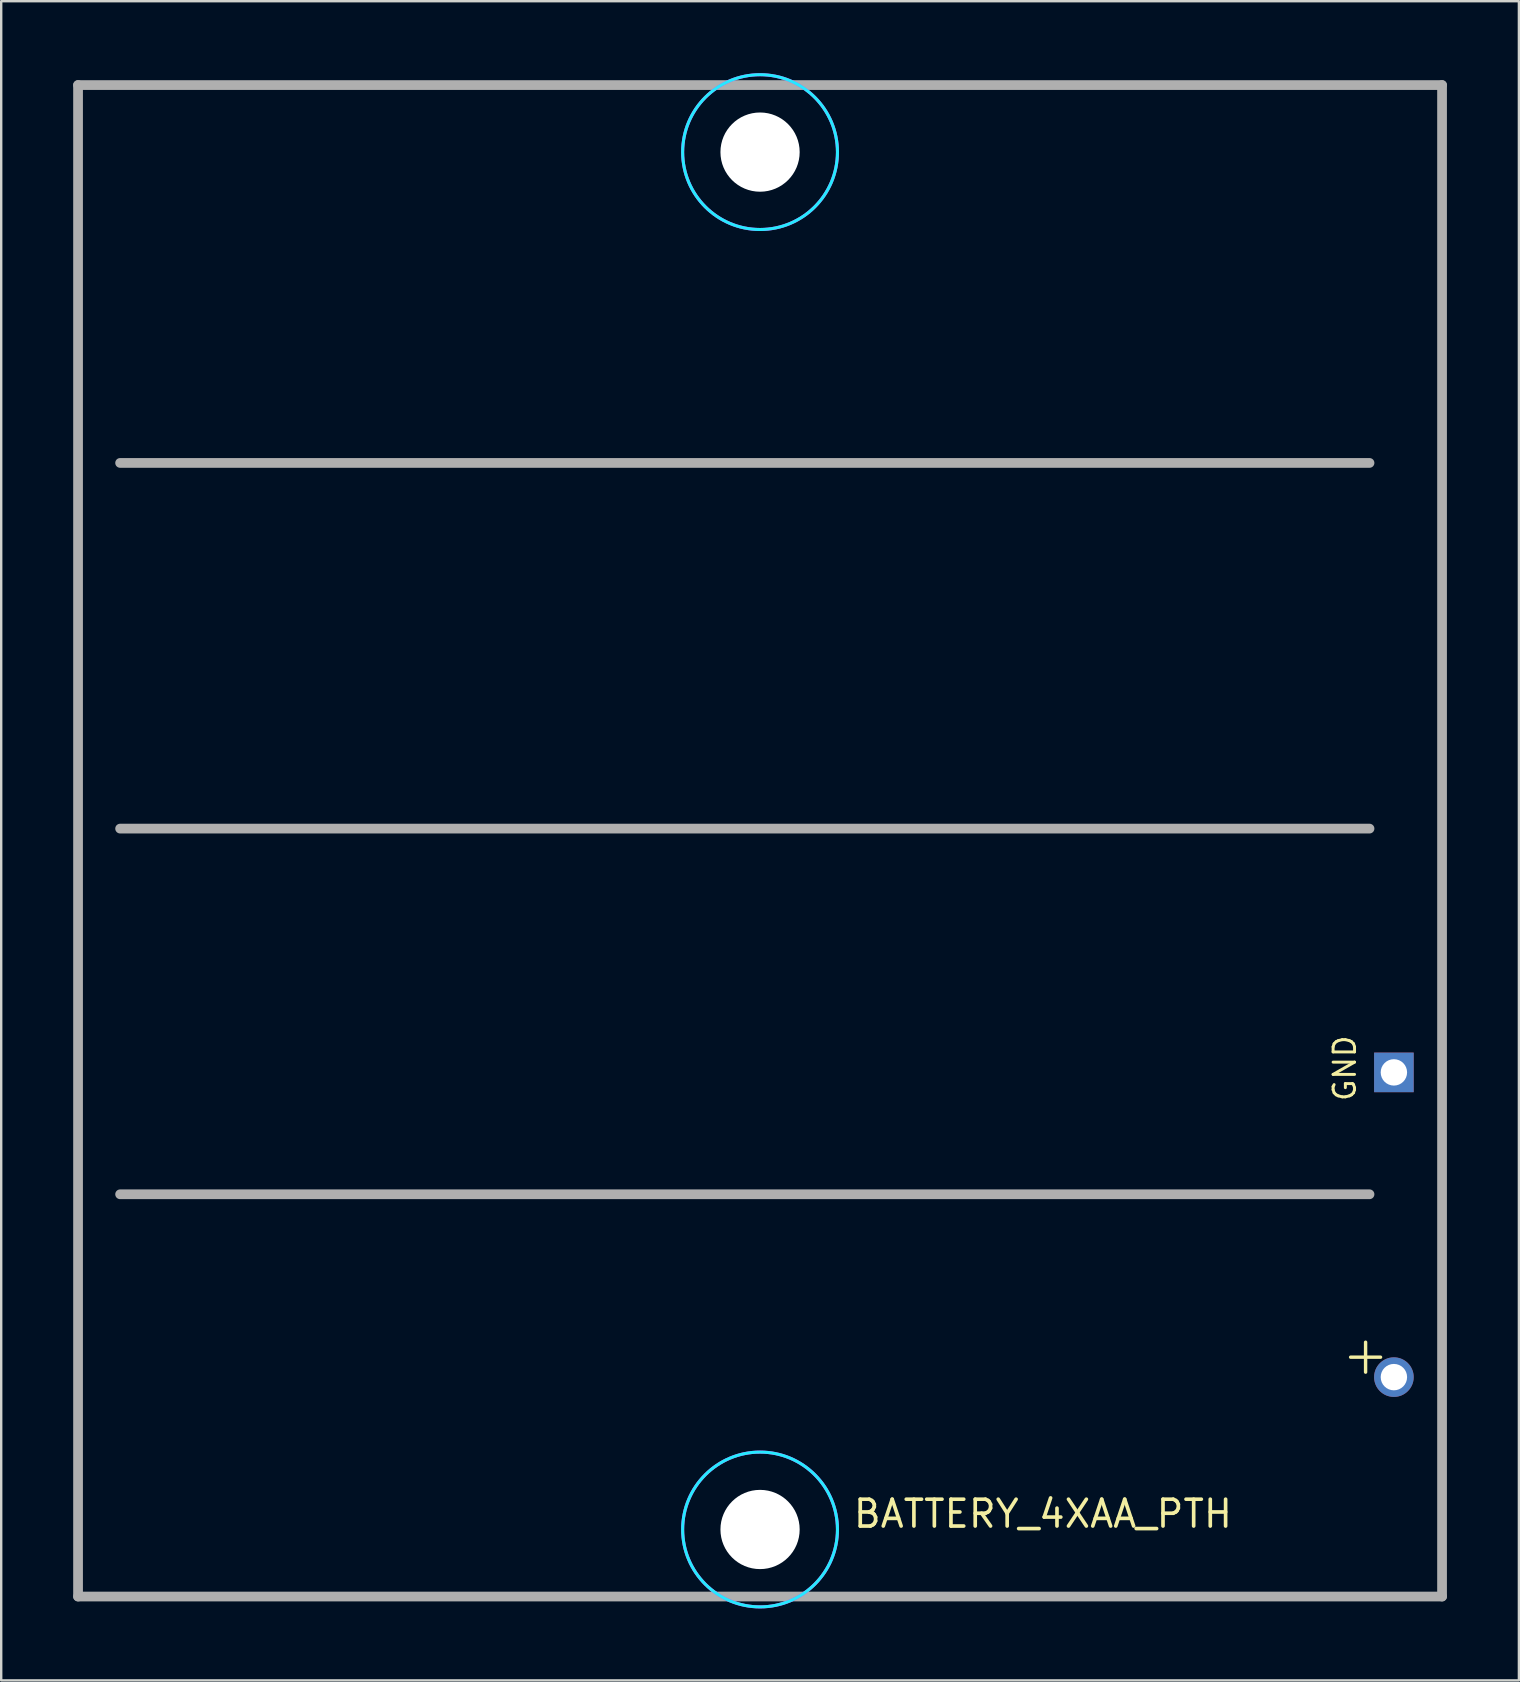
<source format=kicad_pcb>
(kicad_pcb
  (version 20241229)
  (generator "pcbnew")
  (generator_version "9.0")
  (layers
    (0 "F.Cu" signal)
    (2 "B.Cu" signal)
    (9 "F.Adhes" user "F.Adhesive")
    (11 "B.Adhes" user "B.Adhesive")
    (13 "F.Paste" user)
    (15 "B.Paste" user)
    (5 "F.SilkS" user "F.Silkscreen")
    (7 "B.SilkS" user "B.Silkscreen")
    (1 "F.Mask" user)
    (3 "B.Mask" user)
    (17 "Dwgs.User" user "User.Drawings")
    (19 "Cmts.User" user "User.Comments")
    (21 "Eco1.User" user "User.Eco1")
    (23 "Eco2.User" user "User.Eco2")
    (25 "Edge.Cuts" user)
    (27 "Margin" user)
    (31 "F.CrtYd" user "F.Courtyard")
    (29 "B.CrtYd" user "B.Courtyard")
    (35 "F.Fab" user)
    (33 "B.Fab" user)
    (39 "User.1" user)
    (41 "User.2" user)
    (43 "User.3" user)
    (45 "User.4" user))
  (footprint "BATTERY_4XAA_PTH"
    (layer "F.Cu")
    (at 28.626 60.693)
    (property "Reference" "BATTERY_4XAA_PTH" (at 3.81 0 0) (layer "F.SilkS") (effects (font (size 1.118 1.118) (thickness 0.152)) (justify left bottom)))
    (fp_circle (center 0 -57.404) (end 3.226 -57.404) (stroke (width 0.127) (type solid)) (fill no) (layer "B.CrtYd"))
    (fp_circle (center 0 0) (end 3.226 0) (stroke (width 0.127) (type solid)) (fill no) (layer "B.CrtYd"))
    (fp_circle (center 0 -57.404) (end 3.226 -57.404) (stroke (width 0.127) (type solid)) (fill no) (layer "F.CrtYd"))
    (fp_circle (center 0 0) (end 3.226 0) (stroke (width 0.127) (type solid)) (fill no) (layer "F.CrtYd"))
    (fp_line (start -28.423 -60.198) (end -28.423 2.794) (stroke (width 0.406) (type solid)) (layer "F.Fab"))
    (fp_line (start -28.423 2.794) (end 28.423 2.794) (stroke (width 0.406) (type solid)) (layer "F.Fab"))
    (fp_line (start -26.67 -44.45) (end 25.4 -44.45) (stroke (width 0.406) (type solid)) (layer "F.Fab"))
    (fp_line (start -26.67 -29.21) (end 25.4 -29.21) (stroke (width 0.406) (type solid)) (layer "F.Fab"))
    (fp_line (start -26.67 -13.97) (end 25.4 -13.97) (stroke (width 0.406) (type solid)) (layer "F.Fab"))
    (fp_line (start 28.423 -60.198) (end -28.423 -60.198) (stroke (width 0.406) (type solid)) (layer "F.Fab"))
    (fp_line (start 28.423 2.794) (end 28.423 -60.198) (stroke (width 0.406) (type solid)) (layer "F.Fab"))
    (fp_text user "GND" (at 24.892 -17.78 90) (layer "F.SilkS") (effects (font (size 0.894 0.894) (thickness 0.122)) (justify left bottom)))
    (fp_text user "+" (at 24.13 -6.35 0) (layer "F.SilkS") (effects (font (size 1.636 1.636) (thickness 0.142)) (justify left bottom)))
    (pad "" np_thru_hole circle (at 0 -57.404) (size 3.302 3.302) (drill 3.302) (layers "*.Cu" "*.Mask"))
    (pad "" np_thru_hole circle (at 0 0) (size 3.302 3.302) (drill 3.302) (layers "*.Cu" "*.Mask"))
    (pad "GND" thru_hole rect (at 26.416 -19.05) (size 1.65 1.65) (drill 1.1) (layers "*.Cu" "*.Mask"))
    (pad "VBAT" thru_hole circle (at 26.416 -6.35) (size 1.65 1.65) (drill 1.1) (layers "*.Cu" "*.Mask"))
    (zone (net_name "") (layer "F.Cu") (hatch edge 0.508) (connect_pads) (min_thickness 0.254) (filled_areas_thickness no) (keepout (tracks not_allowed) (vias not_allowed) (pads not_allowed) (copperpour not_allowed) (footprints allowed)) (placement (enabled no)) (fill) (polygon (pts (xy 30.404 3.289) (xy 30.377 2.981) (xy 30.297 2.681) (xy 30.166 2.4) (xy 29.988 2.146) (xy 29.769 1.927) (xy 29.515 1.75) (xy 29.234 1.619) (xy 28.935 1.538) (xy 28.626 1.511) (xy 28.317 1.538) (xy 28.018 1.619) (xy 27.737 1.75) (xy 27.483 1.927) (xy 27.264 2.146) (xy 27.086 2.4) (xy 26.955 2.681) (xy 26.875 2.981) (xy 26.848 3.289) (xy 26.875 3.598) (xy 26.955 3.897) (xy 27.086 4.178) (xy 27.264 4.432) (xy 27.483 4.651) (xy 27.737 4.829) (xy 28.018 4.96) (xy 28.317 5.04) (xy 28.626 5.067) (xy 28.935 5.04) (xy 29.234 4.96) (xy 29.515 4.829) (xy 29.769 4.651) (xy 29.988 4.432) (xy 30.166 4.178) (xy 30.297 3.897) (xy 30.377 3.598))) (polygon (pts (xy 27.102 3.289) (xy 27.125 3.554) (xy 27.194 3.811) (xy 27.306 4.051) (xy 27.458 4.269) (xy 27.646 4.457) (xy 27.864 4.609) (xy 28.105 4.721) (xy 28.361 4.79) (xy 28.626 4.813) (xy 28.89 4.79) (xy 29.147 4.721) (xy 29.388 4.609) (xy 29.605 4.457) (xy 29.793 4.269) (xy 29.946 4.051) (xy 30.058 3.811) (xy 30.127 3.554) (xy 30.15 3.289) (xy 30.127 3.025) (xy 30.058 2.768) (xy 29.946 2.527) (xy 29.793 2.31) (xy 29.605 2.122) (xy 29.388 1.969) (xy 29.147 1.857) (xy 28.89 1.788) (xy 28.626 1.765) (xy 28.361 1.788) (xy 28.105 1.857) (xy 27.864 1.969) (xy 27.646 2.122) (xy 27.458 2.31) (xy 27.306 2.527) (xy 27.194 2.768) (xy 27.125 3.025))))
    (zone (net_name "") (layer "F.Cu") (hatch edge 0.508) (connect_pads) (min_thickness 0.254) (filled_areas_thickness no) (keepout (tracks not_allowed) (vias not_allowed) (pads not_allowed) (copperpour not_allowed) (footprints allowed)) (placement (enabled no)) (fill) (polygon (pts (xy 30.404 60.693) (xy 30.377 60.385) (xy 30.297 60.085) (xy 30.166 59.804) (xy 29.988 59.55) (xy 29.769 59.331) (xy 29.515 59.154) (xy 29.234 59.023) (xy 28.935 58.942) (xy 28.626 58.915) (xy 28.317 58.942) (xy 28.018 59.023) (xy 27.737 59.154) (xy 27.483 59.331) (xy 27.264 59.55) (xy 27.086 59.804) (xy 26.955 60.085) (xy 26.875 60.385) (xy 26.848 60.693) (xy 26.875 61.002) (xy 26.955 61.301) (xy 27.086 61.582) (xy 27.264 61.836) (xy 27.483 62.055) (xy 27.737 62.233) (xy 28.018 62.364) (xy 28.317 62.444) (xy 28.626 62.471) (xy 28.935 62.444) (xy 29.234 62.364) (xy 29.515 62.233) (xy 29.769 62.055) (xy 29.988 61.836) (xy 30.166 61.582) (xy 30.297 61.301) (xy 30.377 61.002))) (polygon (pts (xy 27.102 60.693) (xy 27.125 60.958) (xy 27.194 61.215) (xy 27.306 61.455) (xy 27.458 61.673) (xy 27.646 61.861) (xy 27.864 62.013) (xy 28.105 62.125) (xy 28.361 62.194) (xy 28.626 62.217) (xy 28.89 62.194) (xy 29.147 62.125) (xy 29.388 62.013) (xy 29.605 61.861) (xy 29.793 61.673) (xy 29.946 61.455) (xy 30.058 61.215) (xy 30.127 60.958) (xy 30.15 60.693) (xy 30.127 60.429) (xy 30.058 60.172) (xy 29.946 59.931) (xy 29.793 59.714) (xy 29.605 59.526) (xy 29.388 59.373) (xy 29.147 59.261) (xy 28.89 59.192) (xy 28.626 59.169) (xy 28.361 59.192) (xy 28.105 59.261) (xy 27.864 59.373) (xy 27.646 59.526) (xy 27.458 59.714) (xy 27.306 59.931) (xy 27.194 60.172) (xy 27.125 60.429))))
    (zone (net_name "") (layer "B.Cu") (hatch edge 0.508) (connect_pads) (min_thickness 0.254) (filled_areas_thickness no) (keepout (tracks not_allowed) (vias not_allowed) (pads not_allowed) (copperpour not_allowed) (footprints allowed)) (placement (enabled no)) (fill) (polygon (pts (xy 30.404 3.289) (xy 30.377 2.981) (xy 30.297 2.681) (xy 30.166 2.4) (xy 29.988 2.146) (xy 29.769 1.927) (xy 29.515 1.75) (xy 29.234 1.619) (xy 28.935 1.538) (xy 28.626 1.511) (xy 28.317 1.538) (xy 28.018 1.619) (xy 27.737 1.75) (xy 27.483 1.927) (xy 27.264 2.146) (xy 27.086 2.4) (xy 26.955 2.681) (xy 26.875 2.981) (xy 26.848 3.289) (xy 26.875 3.598) (xy 26.955 3.897) (xy 27.086 4.178) (xy 27.264 4.432) (xy 27.483 4.651) (xy 27.737 4.829) (xy 28.018 4.96) (xy 28.317 5.04) (xy 28.626 5.067) (xy 28.935 5.04) (xy 29.234 4.96) (xy 29.515 4.829) (xy 29.769 4.651) (xy 29.988 4.432) (xy 30.166 4.178) (xy 30.297 3.897) (xy 30.377 3.598))) (polygon (pts (xy 27.102 3.289) (xy 27.125 3.554) (xy 27.194 3.811) (xy 27.306 4.051) (xy 27.458 4.269) (xy 27.646 4.457) (xy 27.864 4.609) (xy 28.105 4.721) (xy 28.361 4.79) (xy 28.626 4.813) (xy 28.89 4.79) (xy 29.147 4.721) (xy 29.388 4.609) (xy 29.605 4.457) (xy 29.793 4.269) (xy 29.946 4.051) (xy 30.058 3.811) (xy 30.127 3.554) (xy 30.15 3.289) (xy 30.127 3.025) (xy 30.058 2.768) (xy 29.946 2.527) (xy 29.793 2.31) (xy 29.605 2.122) (xy 29.388 1.969) (xy 29.147 1.857) (xy 28.89 1.788) (xy 28.626 1.765) (xy 28.361 1.788) (xy 28.105 1.857) (xy 27.864 1.969) (xy 27.646 2.122) (xy 27.458 2.31) (xy 27.306 2.527) (xy 27.194 2.768) (xy 27.125 3.025))))
    (zone (net_name "") (layer "B.Cu") (hatch edge 0.508) (connect_pads) (min_thickness 0.254) (filled_areas_thickness no) (keepout (tracks not_allowed) (vias not_allowed) (pads not_allowed) (copperpour not_allowed) (footprints allowed)) (placement (enabled no)) (fill) (polygon (pts (xy 30.404 60.693) (xy 30.377 60.385) (xy 30.297 60.085) (xy 30.166 59.804) (xy 29.988 59.55) (xy 29.769 59.331) (xy 29.515 59.154) (xy 29.234 59.023) (xy 28.935 58.942) (xy 28.626 58.915) (xy 28.317 58.942) (xy 28.018 59.023) (xy 27.737 59.154) (xy 27.483 59.331) (xy 27.264 59.55) (xy 27.086 59.804) (xy 26.955 60.085) (xy 26.875 60.385) (xy 26.848 60.693) (xy 26.875 61.002) (xy 26.955 61.301) (xy 27.086 61.582) (xy 27.264 61.836) (xy 27.483 62.055) (xy 27.737 62.233) (xy 28.018 62.364) (xy 28.317 62.444) (xy 28.626 62.471) (xy 28.935 62.444) (xy 29.234 62.364) (xy 29.515 62.233) (xy 29.769 62.055) (xy 29.988 61.836) (xy 30.166 61.582) (xy 30.297 61.301) (xy 30.377 61.002))) (polygon (pts (xy 27.102 60.693) (xy 27.125 60.958) (xy 27.194 61.215) (xy 27.306 61.455) (xy 27.458 61.673) (xy 27.646 61.861) (xy 27.864 62.013) (xy 28.105 62.125) (xy 28.361 62.194) (xy 28.626 62.217) (xy 28.89 62.194) (xy 29.147 62.125) (xy 29.388 62.013) (xy 29.605 61.861) (xy 29.793 61.673) (xy 29.946 61.455) (xy 30.058 61.215) (xy 30.127 60.958) (xy 30.15 60.693) (xy 30.127 60.429) (xy 30.058 60.172) (xy 29.946 59.931) (xy 29.793 59.714) (xy 29.605 59.526) (xy 29.388 59.373) (xy 29.147 59.261) (xy 28.89 59.192) (xy 28.626 59.169) (xy 28.361 59.192) (xy 28.105 59.261) (xy 27.864 59.373) (xy 27.646 59.526) (xy 27.458 59.714) (xy 27.306 59.931) (xy 27.194 60.172) (xy 27.125 60.429)))))
  (gr_rect
    (start -3 -3)
    (end 60.252 66.983)
    (stroke (width 0.1) (type default))
    (fill no)
    (layer "Edge.Cuts")))
</source>
